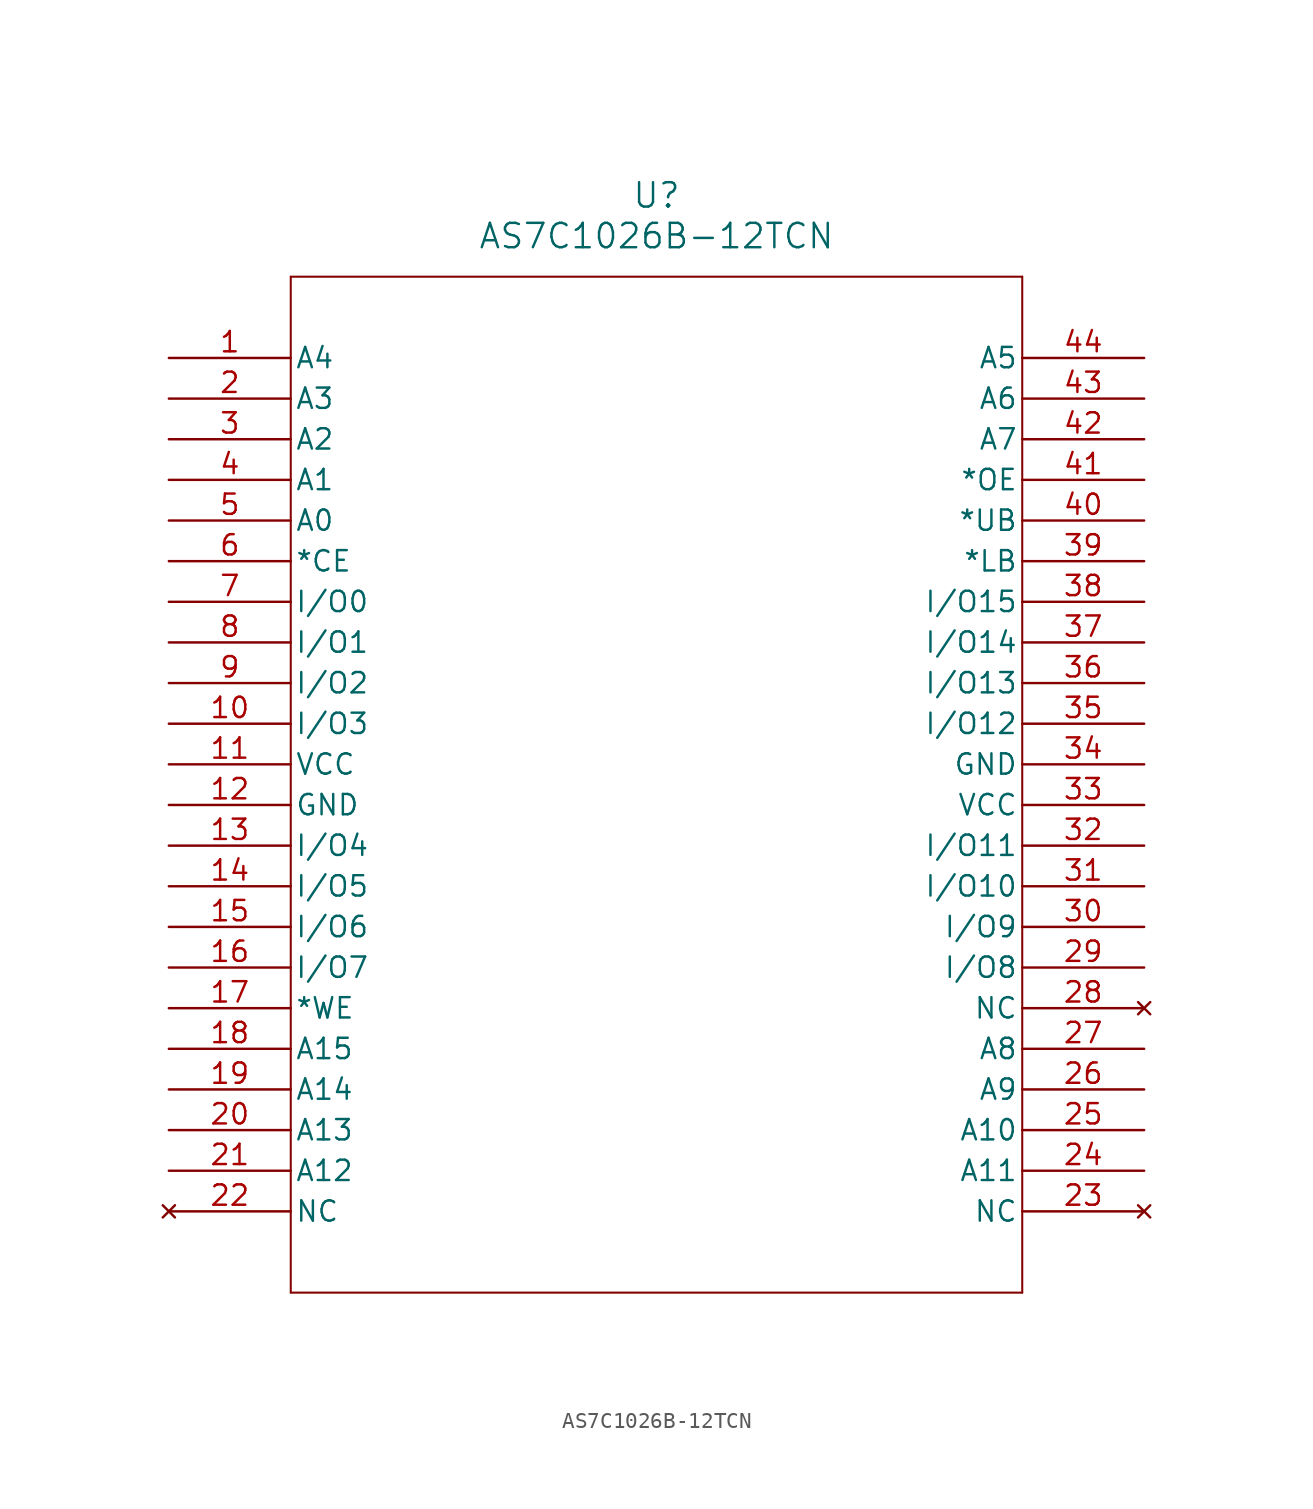
<source format=kicad_sym>
(kicad_symbol_lib
  (version 20211014)
  (generator kicad_symbol_editor)
  (symbol "AS7C1026B-12TCN"
    (pin_names
      (offset 0.254))
    (property "Reference" "U"
      (at 30.48 10.16 0)
      (effects (font (size 1.524 1.524))))
    (property "Value" "AS7C1026B-12TCN"
      (at 30.48 7.62 0)
      (effects (font (size 1.524 1.524))))
    (symbol "AS7C1026B-12TCN_0_1"
      (polyline (pts (xy 7.62 5.08) (xy 7.62 -58.42)) (stroke (width 0.127) (type default) (color 0 0 0 0)) (fill (type none)))
      (polyline (pts (xy 7.62 -58.42) (xy 53.34 -58.42)) (stroke (width 0.127) (type default) (color 0 0 0 0)) (fill (type none)))
      (polyline (pts (xy 53.34 -58.42) (xy 53.34 5.08)) (stroke (width 0.127) (type default) (color 0 0 0 0)) (fill (type none)))
      (polyline (pts (xy 53.34 5.08) (xy 7.62 5.08)) (stroke (width 0.127) (type default) (color 0 0 0 0)) (fill (type none)))
      (pin input line (at 0 0 0) (length 7.62) (name "A4" (effects (font (size 1.27 1.27)))) (number "1" (effects (font (size 1.27 1.27)))))
      (pin input line (at 0 -2.54 0) (length 7.62) (name "A3" (effects (font (size 1.27 1.27)))) (number "2" (effects (font (size 1.27 1.27)))))
      (pin input line (at 0 -5.08 0) (length 7.62) (name "A2" (effects (font (size 1.27 1.27)))) (number "3" (effects (font (size 1.27 1.27)))))
      (pin input line (at 0 -7.62 0) (length 7.62) (name "A1" (effects (font (size 1.27 1.27)))) (number "4" (effects (font (size 1.27 1.27)))))
      (pin input line (at 0 -10.16 0) (length 7.62) (name "A0" (effects (font (size 1.27 1.27)))) (number "5" (effects (font (size 1.27 1.27)))))
      (pin input line (at 0 -12.7 0) (length 7.62) (name "*CE" (effects (font (size 1.27 1.27)))) (number "6" (effects (font (size 1.27 1.27)))))
      (pin bidirectional line (at 0 -15.24 0) (length 7.62) (name "I/O0" (effects (font (size 1.27 1.27)))) (number "7" (effects (font (size 1.27 1.27)))))
      (pin bidirectional line (at 0 -17.78 0) (length 7.62) (name "I/O1" (effects (font (size 1.27 1.27)))) (number "8" (effects (font (size 1.27 1.27)))))
      (pin bidirectional line (at 0 -20.32 0) (length 7.62) (name "I/O2" (effects (font (size 1.27 1.27)))) (number "9" (effects (font (size 1.27 1.27)))))
      (pin bidirectional line (at 0 -22.86 0) (length 7.62) (name "I/O3" (effects (font (size 1.27 1.27)))) (number "10" (effects (font (size 1.27 1.27)))))
      (pin power_in line (at 0 -25.4 0) (length 7.62) (name "VCC" (effects (font (size 1.27 1.27)))) (number "11" (effects (font (size 1.27 1.27)))))
      (pin power_in line (at 0 -27.94 0) (length 7.62) (name "GND" (effects (font (size 1.27 1.27)))) (number "12" (effects (font (size 1.27 1.27)))))
      (pin bidirectional line (at 0 -30.48 0) (length 7.62) (name "I/O4" (effects (font (size 1.27 1.27)))) (number "13" (effects (font (size 1.27 1.27)))))
      (pin bidirectional line (at 0 -33.02 0) (length 7.62) (name "I/O5" (effects (font (size 1.27 1.27)))) (number "14" (effects (font (size 1.27 1.27)))))
      (pin bidirectional line (at 0 -35.56 0) (length 7.62) (name "I/O6" (effects (font (size 1.27 1.27)))) (number "15" (effects (font (size 1.27 1.27)))))
      (pin bidirectional line (at 0 -38.1 0) (length 7.62) (name "I/O7" (effects (font (size 1.27 1.27)))) (number "16" (effects (font (size 1.27 1.27)))))
      (pin input line (at 0 -40.64 0) (length 7.62) (name "*WE" (effects (font (size 1.27 1.27)))) (number "17" (effects (font (size 1.27 1.27)))))
      (pin input line (at 0 -43.18 0) (length 7.62) (name "A15" (effects (font (size 1.27 1.27)))) (number "18" (effects (font (size 1.27 1.27)))))
      (pin input line (at 0 -45.72 0) (length 7.62) (name "A14" (effects (font (size 1.27 1.27)))) (number "19" (effects (font (size 1.27 1.27)))))
      (pin input line (at 0 -48.26 0) (length 7.62) (name "A13" (effects (font (size 1.27 1.27)))) (number "20" (effects (font (size 1.27 1.27)))))
      (pin input line (at 0 -50.8 0) (length 7.62) (name "A12" (effects (font (size 1.27 1.27)))) (number "21" (effects (font (size 1.27 1.27)))))
      (pin no_connect line (at 0 -53.34 0) (length 7.62) (name "NC" (effects (font (size 1.27 1.27)))) (number "22" (effects (font (size 1.27 1.27)))))
      (pin no_connect line (at 60.96 -53.34 180) (length 7.62) (name "NC" (effects (font (size 1.27 1.27)))) (number "23" (effects (font (size 1.27 1.27)))))
      (pin input line (at 60.96 -50.8 180) (length 7.62) (name "A11" (effects (font (size 1.27 1.27)))) (number "24" (effects (font (size 1.27 1.27)))))
      (pin input line (at 60.96 -48.26 180) (length 7.62) (name "A10" (effects (font (size 1.27 1.27)))) (number "25" (effects (font (size 1.27 1.27)))))
      (pin input line (at 60.96 -45.72 180) (length 7.62) (name "A9" (effects (font (size 1.27 1.27)))) (number "26" (effects (font (size 1.27 1.27)))))
      (pin input line (at 60.96 -43.18 180) (length 7.62) (name "A8" (effects (font (size 1.27 1.27)))) (number "27" (effects (font (size 1.27 1.27)))))
      (pin no_connect line (at 60.96 -40.64 180) (length 7.62) (name "NC" (effects (font (size 1.27 1.27)))) (number "28" (effects (font (size 1.27 1.27)))))
      (pin bidirectional line (at 60.96 -38.1 180) (length 7.62) (name "I/O8" (effects (font (size 1.27 1.27)))) (number "29" (effects (font (size 1.27 1.27)))))
      (pin bidirectional line (at 60.96 -35.56 180) (length 7.62) (name "I/O9" (effects (font (size 1.27 1.27)))) (number "30" (effects (font (size 1.27 1.27)))))
      (pin bidirectional line (at 60.96 -33.02 180) (length 7.62) (name "I/O10" (effects (font (size 1.27 1.27)))) (number "31" (effects (font (size 1.27 1.27)))))
      (pin bidirectional line (at 60.96 -30.48 180) (length 7.62) (name "I/O11" (effects (font (size 1.27 1.27)))) (number "32" (effects (font (size 1.27 1.27)))))
      (pin power_in line (at 60.96 -27.94 180) (length 7.62) (name "VCC" (effects (font (size 1.27 1.27)))) (number "33" (effects (font (size 1.27 1.27)))))
      (pin power_in line (at 60.96 -25.4 180) (length 7.62) (name "GND" (effects (font (size 1.27 1.27)))) (number "34" (effects (font (size 1.27 1.27)))))
      (pin bidirectional line (at 60.96 -22.86 180) (length 7.62) (name "I/O12" (effects (font (size 1.27 1.27)))) (number "35" (effects (font (size 1.27 1.27)))))
      (pin bidirectional line (at 60.96 -20.32 180) (length 7.62) (name "I/O13" (effects (font (size 1.27 1.27)))) (number "36" (effects (font (size 1.27 1.27)))))
      (pin bidirectional line (at 60.96 -17.78 180) (length 7.62) (name "I/O14" (effects (font (size 1.27 1.27)))) (number "37" (effects (font (size 1.27 1.27)))))
      (pin bidirectional line (at 60.96 -15.24 180) (length 7.62) (name "I/O15" (effects (font (size 1.27 1.27)))) (number "38" (effects (font (size 1.27 1.27)))))
      (pin unspecified line (at 60.96 -12.7 180) (length 7.62) (name "*LB" (effects (font (size 1.27 1.27)))) (number "39" (effects (font (size 1.27 1.27)))))
      (pin unspecified line (at 60.96 -10.16 180) (length 7.62) (name "*UB" (effects (font (size 1.27 1.27)))) (number "40" (effects (font (size 1.27 1.27)))))
      (pin bidirectional line (at 60.96 -7.62 180) (length 7.62) (name "*OE" (effects (font (size 1.27 1.27)))) (number "41" (effects (font (size 1.27 1.27)))))
      (pin input line (at 60.96 -5.08 180) (length 7.62) (name "A7" (effects (font (size 1.27 1.27)))) (number "42" (effects (font (size 1.27 1.27)))))
      (pin input line (at 60.96 -2.54 180) (length 7.62) (name "A6" (effects (font (size 1.27 1.27)))) (number "43" (effects (font (size 1.27 1.27)))))
      (pin input line (at 60.96 0 180) (length 7.62) (name "A5" (effects (font (size 1.27 1.27)))) (number "44" (effects (font (size 1.27 1.27))))))))
</source>
